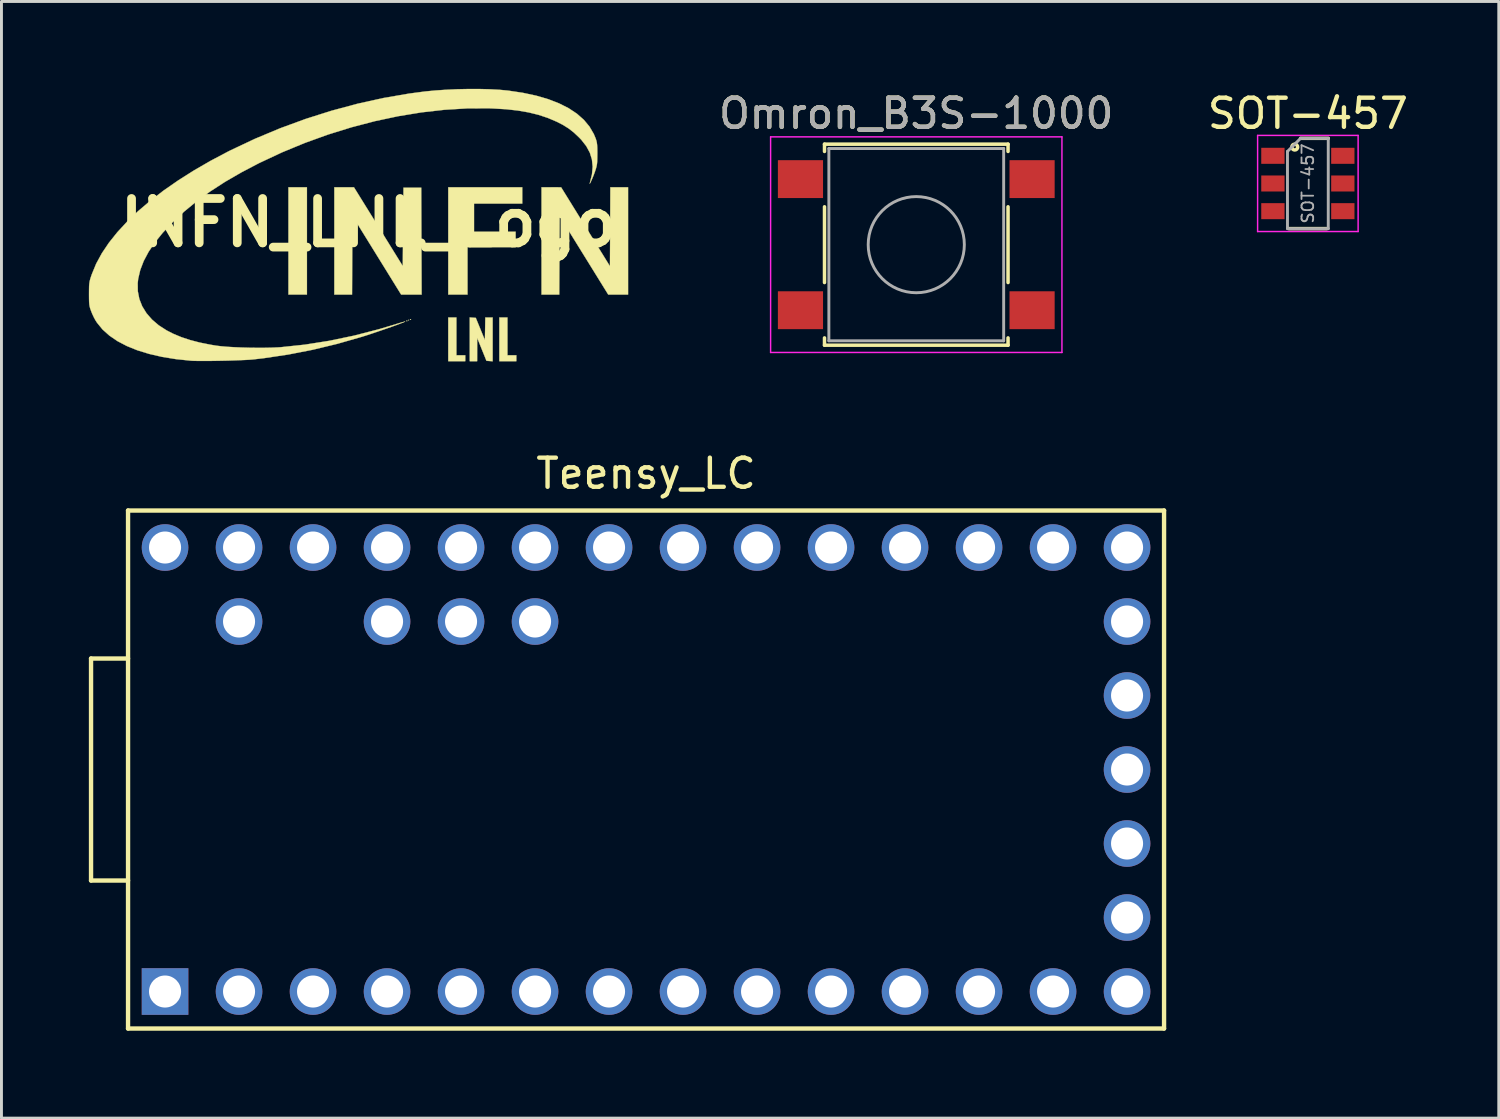
<source format=kicad_pcb>
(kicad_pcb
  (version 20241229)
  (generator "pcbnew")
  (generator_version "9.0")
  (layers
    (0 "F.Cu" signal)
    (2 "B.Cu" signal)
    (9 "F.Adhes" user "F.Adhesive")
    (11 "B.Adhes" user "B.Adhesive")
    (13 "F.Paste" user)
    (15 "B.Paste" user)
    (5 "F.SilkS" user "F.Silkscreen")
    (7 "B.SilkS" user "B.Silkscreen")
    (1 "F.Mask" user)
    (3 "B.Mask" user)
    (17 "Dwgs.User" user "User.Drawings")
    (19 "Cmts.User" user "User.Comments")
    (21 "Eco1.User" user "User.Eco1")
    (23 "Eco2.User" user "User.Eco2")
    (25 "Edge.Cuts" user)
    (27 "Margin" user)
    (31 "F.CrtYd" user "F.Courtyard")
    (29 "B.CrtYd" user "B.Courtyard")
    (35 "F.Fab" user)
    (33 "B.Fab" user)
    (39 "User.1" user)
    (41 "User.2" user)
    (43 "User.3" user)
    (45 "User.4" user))
  (footprint "INFN_LNL_Logo"
    (layer "F.Cu")
    (at 9.593 4.597)
    (property "Reference" "INFN_LNL_Logo" (at 0 0 0) (layer "F.SilkS") (effects (font (size 1.524 1.524) (thickness 0.3))))
    (attr through_hole)
    (fp_poly (pts (xy -2.108 2.464) (xy -2.743 2.464) (xy -2.743 -1.219) (xy -2.108 -1.219) (xy -2.108 2.464)) (stroke (width 0.01) (type solid)) (fill yes) (layer "F.SilkS"))
    (fp_poly (pts (xy 1.397 3.34) (xy 1.384 3.353) (xy 1.372 3.34) (xy 1.384 3.327) (xy 1.397 3.34)) (stroke (width 0.01) (type solid)) (fill yes) (layer "F.SilkS"))
    (fp_poly (pts (xy 1.338 3.361) (xy 1.334 3.376) (xy 1.321 3.378) (xy 1.3 3.369) (xy 1.304 3.361) (xy 1.334 3.358) (xy 1.338 3.361)) (stroke (width 0.01) (type solid)) (fill yes) (layer "F.SilkS"))
    (fp_poly (pts (xy 1.465 3.31) (xy 1.461 3.326) (xy 1.448 3.327) (xy 1.427 3.318) (xy 1.431 3.31) (xy 1.461 3.307) (xy 1.465 3.31)) (stroke (width 0.01) (type solid)) (fill yes) (layer "F.SilkS"))
    (fp_poly (pts (xy 3.023 4.547) (xy 3.327 4.547) (xy 3.327 4.75) (xy 2.743 4.75) (xy 2.743 3.251) (xy 3.023 3.251) (xy 3.023 4.547)) (stroke (width 0.01) (type solid)) (fill yes) (layer "F.SilkS"))
    (fp_poly (pts (xy 4.775 4.547) (xy 5.08 4.547) (xy 5.08 4.75) (xy 4.496 4.75) (xy 4.496 3.251) (xy 4.775 3.251) (xy 4.775 4.547)) (stroke (width 0.01) (type solid)) (fill yes) (layer "F.SilkS"))
    (fp_poly (pts (xy 5.283 -0.66) (xy 3.404 -0.66) (xy 3.404 0.305) (xy 5.055 0.305) (xy 5.055 0.838) (xy 3.404 0.838) (xy 3.404 2.464) (xy 2.743 2.464) (xy 2.743 -1.219) (xy 5.283 -1.219) (xy 5.283 -0.66)) (stroke (width 0.01) (type solid)) (fill yes) (layer "F.SilkS"))
    (fp_poly (pts (xy 0.344 0.132) (xy 1.181 1.484) (xy 1.194 0.139) (xy 1.206 -1.206) (xy 1.816 -1.206) (xy 1.829 2.464) (xy 1.126 2.464) (xy -0.546 -0.239) (xy -0.559 2.464) (xy -1.168 2.464) (xy -1.168 -1.219) (xy -0.494 -1.219) (xy 0.344 0.132)) (stroke (width 0.01) (type solid)) (fill yes) (layer "F.SilkS"))
    (fp_poly (pts (xy 8.915 2.464) (xy 8.234 2.464) (xy 7.4 1.117) (xy 6.566 -0.23) (xy 6.553 2.464) (xy 5.944 2.464) (xy 5.944 -1.219) (xy 6.617 -1.218) (xy 7.455 0.136) (xy 8.293 1.491) (xy 8.3 0.136) (xy 8.306 -1.219) (xy 8.915 -1.219) (xy 8.915 2.464)) (stroke (width 0.01) (type solid)) (fill yes) (layer "F.SilkS"))
    (fp_poly (pts (xy 3.584 3.256) (xy 3.688 3.264) (xy 4 4.026) (xy 4.008 3.639) (xy 4.015 3.251) (xy 4.267 3.251) (xy 4.267 4.753) (xy 4.16 4.745) (xy 4.054 4.737) (xy 3.895 4.343) (xy 3.736 3.95) (xy 3.734 4.75) (xy 3.48 4.75) (xy 3.48 3.248) (xy 3.584 3.256)) (stroke (width 0.01) (type solid)) (fill yes) (layer "F.SilkS"))
    (fp_poly (pts (xy 3.803 -4.592) (xy 4.161 -4.583) (xy 4.49 -4.566) (xy 4.78 -4.539) (xy 4.804 -4.536) (xy 5.304 -4.461) (xy 5.762 -4.363) (xy 6.177 -4.242) (xy 6.548 -4.098) (xy 6.876 -3.932) (xy 7.159 -3.744) (xy 7.397 -3.534) (xy 7.59 -3.302) (xy 7.738 -3.049) (xy 7.802 -2.896) (xy 7.826 -2.823) (xy 7.842 -2.753) (xy 7.852 -2.675) (xy 7.858 -2.576) (xy 7.86 -2.445) (xy 7.86 -2.362) (xy 7.858 -2.214) (xy 7.855 -2.102) (xy 7.847 -2.015) (xy 7.833 -1.938) (xy 7.811 -1.857) (xy 7.779 -1.759) (xy 7.777 -1.753) (xy 7.748 -1.673) (xy 7.714 -1.587) (xy 7.68 -1.505) (xy 7.647 -1.431) (xy 7.62 -1.375) (xy 7.602 -1.344) (xy 7.597 -1.345) (xy 7.607 -1.384) (xy 7.676 -1.665) (xy 7.699 -1.927) (xy 7.674 -2.173) (xy 7.602 -2.406) (xy 7.481 -2.63) (xy 7.311 -2.848) (xy 7.239 -2.923) (xy 7.055 -3.097) (xy 6.873 -3.239) (xy 6.676 -3.362) (xy 6.467 -3.469) (xy 6.164 -3.598) (xy 5.846 -3.704) (xy 5.506 -3.788) (xy 5.138 -3.852) (xy 4.736 -3.897) (xy 4.295 -3.923) (xy 4.14 -3.929) (xy 3.386 -3.926) (xy 2.613 -3.879) (xy 1.825 -3.79) (xy 1.026 -3.659) (xy 0.222 -3.488) (xy -0.583 -3.277) (xy -1.385 -3.028) (xy -2.18 -2.741) (xy -2.962 -2.418) (xy -3.727 -2.06) (xy -3.762 -2.043) (xy -4.362 -1.728) (xy -4.915 -1.408) (xy -5.423 -1.079) (xy -5.891 -0.739) (xy -6.32 -0.387) (xy -6.715 -0.02) (xy -6.745 0.01) (xy -7.061 0.347) (xy -7.327 0.676) (xy -7.544 0.998) (xy -7.711 1.312) (xy -7.829 1.62) (xy -7.9 1.922) (xy -7.916 2.07) (xy -7.913 2.348) (xy -7.861 2.614) (xy -7.762 2.866) (xy -7.616 3.102) (xy -7.427 3.32) (xy -7.194 3.519) (xy -6.919 3.696) (xy -6.697 3.809) (xy -6.416 3.926) (xy -6.116 4.025) (xy -5.787 4.111) (xy -5.422 4.184) (xy -5.218 4.218) (xy -5.051 4.238) (xy -4.844 4.256) (xy -4.606 4.27) (xy -4.346 4.281) (xy -4.076 4.288) (xy -3.804 4.291) (xy -3.54 4.29) (xy -3.295 4.285) (xy -3.078 4.275) (xy -3.005 4.27) (xy -2.182 4.183) (xy -1.343 4.051) (xy -0.494 3.874) (xy 0.362 3.653) (xy 0.85 3.508) (xy 0.985 3.466) (xy 1.102 3.431) (xy 1.192 3.406) (xy 1.249 3.391) (xy 1.264 3.389) (xy 1.245 3.401) (xy 1.185 3.426) (xy 1.089 3.463) (xy 0.964 3.51) (xy 0.817 3.563) (xy 0.654 3.62) (xy 0.481 3.68) (xy 0.306 3.74) (xy 0.134 3.798) (xy -0.028 3.852) (xy -0.174 3.898) (xy -0.218 3.912) (xy -1.071 4.156) (xy -1.909 4.358) (xy -2.744 4.521) (xy -3.585 4.647) (xy -3.937 4.688) (xy -4.049 4.698) (xy -4.202 4.707) (xy -4.387 4.715) (xy -4.595 4.723) (xy -4.819 4.73) (xy -5.049 4.735) (xy -5.277 4.739) (xy -5.496 4.742) (xy -5.696 4.742) (xy -5.868 4.741) (xy -6.005 4.738) (xy -6.083 4.734) (xy -6.601 4.68) (xy -7.082 4.602) (xy -7.524 4.5) (xy -7.928 4.376) (xy -8.291 4.229) (xy -8.612 4.061) (xy -8.89 3.871) (xy -9.125 3.66) (xy -9.314 3.428) (xy -9.368 3.344) (xy -9.421 3.246) (xy -9.477 3.127) (xy -9.52 3.018) (xy -9.547 2.943) (xy -9.565 2.876) (xy -9.577 2.807) (xy -9.584 2.723) (xy -9.587 2.613) (xy -9.588 2.467) (xy -9.588 2.438) (xy -9.587 2.288) (xy -9.585 2.175) (xy -9.578 2.087) (xy -9.566 2.011) (xy -9.547 1.934) (xy -9.518 1.843) (xy -9.491 1.765) (xy -9.344 1.408) (xy -9.148 1.047) (xy -8.904 0.684) (xy -8.614 0.321) (xy -8.279 -0.041) (xy -7.901 -0.402) (xy -7.481 -0.759) (xy -7.021 -1.112) (xy -6.522 -1.458) (xy -5.986 -1.797) (xy -5.414 -2.128) (xy -4.807 -2.449) (xy -4.724 -2.49) (xy -3.887 -2.885) (xy -3.028 -3.244) (xy -2.152 -3.565) (xy -1.265 -3.846) (xy -0.374 -4.086) (xy 0.517 -4.283) (xy 1.399 -4.435) (xy 1.943 -4.507) (xy 2.291 -4.541) (xy 2.661 -4.566) (xy 3.043 -4.584) (xy 3.427 -4.592) (xy 3.803 -4.592)) (stroke (width 0.01) (type solid)) (fill yes) (layer "F.SilkS")))
  (footprint "Teensy_LC"
    (layer "F.Cu")
    (at 19.125 23.363)
    (property "Reference" "Teensy_LC" (at 0 -10.16 0) (layer "F.SilkS") (effects (font (size 1 1) (thickness 0.15))))
    (attr through_hole)
    (fp_line (start -19.05 -3.81) (end -17.78 -3.81) (stroke (width 0.15) (type solid)) (layer "F.SilkS"))
    (fp_line (start -19.05 3.81) (end -19.05 -3.81) (stroke (width 0.15) (type solid)) (layer "F.SilkS"))
    (fp_line (start -17.78 -8.89) (end 17.78 -8.89) (stroke (width 0.15) (type solid)) (layer "F.SilkS"))
    (fp_line (start -17.78 3.81) (end -19.05 3.81) (stroke (width 0.15) (type solid)) (layer "F.SilkS"))
    (fp_line (start -17.78 8.89) (end -17.78 -8.89) (stroke (width 0.15) (type solid)) (layer "F.SilkS"))
    (fp_line (start 17.78 -8.89) (end 17.78 8.89) (stroke (width 0.15) (type solid)) (layer "F.SilkS"))
    (fp_line (start 17.78 8.89) (end -17.78 8.89) (stroke (width 0.15) (type solid)) (layer "F.SilkS"))
    (pad "1" thru_hole rect (at -16.51 7.62) (size 1.6 1.6) (drill 1.1) (layers "*.Cu" "*.Mask"))
    (pad "2" thru_hole circle (at -13.97 7.62) (size 1.6 1.6) (drill 1.1) (layers "*.Cu" "*.Mask"))
    (pad "3" thru_hole circle (at -11.43 7.62) (size 1.6 1.6) (drill 1.1) (layers "*.Cu" "*.Mask"))
    (pad "4" thru_hole circle (at -8.89 7.62) (size 1.6 1.6) (drill 1.1) (layers "*.Cu" "*.Mask"))
    (pad "5" thru_hole circle (at -6.35 7.62) (size 1.6 1.6) (drill 1.1) (layers "*.Cu" "*.Mask"))
    (pad "6" thru_hole circle (at -3.81 7.62) (size 1.6 1.6) (drill 1.1) (layers "*.Cu" "*.Mask"))
    (pad "7" thru_hole circle (at -1.27 7.62) (size 1.6 1.6) (drill 1.1) (layers "*.Cu" "*.Mask"))
    (pad "8" thru_hole circle (at 1.27 7.62) (size 1.6 1.6) (drill 1.1) (layers "*.Cu" "*.Mask"))
    (pad "9" thru_hole circle (at 3.81 7.62) (size 1.6 1.6) (drill 1.1) (layers "*.Cu" "*.Mask"))
    (pad "10" thru_hole circle (at 6.35 7.62) (size 1.6 1.6) (drill 1.1) (layers "*.Cu" "*.Mask"))
    (pad "11" thru_hole circle (at 8.89 7.62) (size 1.6 1.6) (drill 1.1) (layers "*.Cu" "*.Mask"))
    (pad "12" thru_hole circle (at 11.43 7.62) (size 1.6 1.6) (drill 1.1) (layers "*.Cu" "*.Mask"))
    (pad "13" thru_hole circle (at 13.97 7.62) (size 1.6 1.6) (drill 1.1) (layers "*.Cu" "*.Mask"))
    (pad "14" thru_hole circle (at 16.51 7.62) (size 1.6 1.6) (drill 1.1) (layers "*.Cu" "*.Mask"))
    (pad "15" thru_hole circle (at 16.51 5.08) (size 1.6 1.6) (drill 1.1) (layers "*.Cu" "*.Mask"))
    (pad "16" thru_hole circle (at 16.51 2.54) (size 1.6 1.6) (drill 1.1) (layers "*.Cu" "*.Mask"))
    (pad "17" thru_hole circle (at 16.51 0) (size 1.6 1.6) (drill 1.1) (layers "*.Cu" "*.Mask"))
    (pad "18" thru_hole circle (at 16.51 -2.54) (size 1.6 1.6) (drill 1.1) (layers "*.Cu" "*.Mask"))
    (pad "19" thru_hole circle (at 16.51 -5.08) (size 1.6 1.6) (drill 1.1) (layers "*.Cu" "*.Mask"))
    (pad "20" thru_hole circle (at 16.51 -7.62) (size 1.6 1.6) (drill 1.1) (layers "*.Cu" "*.Mask"))
    (pad "21" thru_hole circle (at 13.97 -7.62) (size 1.6 1.6) (drill 1.1) (layers "*.Cu" "*.Mask"))
    (pad "22" thru_hole circle (at 11.43 -7.62) (size 1.6 1.6) (drill 1.1) (layers "*.Cu" "*.Mask"))
    (pad "23" thru_hole circle (at 8.89 -7.62) (size 1.6 1.6) (drill 1.1) (layers "*.Cu" "*.Mask"))
    (pad "24" thru_hole circle (at 6.35 -7.62) (size 1.6 1.6) (drill 1.1) (layers "*.Cu" "*.Mask"))
    (pad "25" thru_hole circle (at 3.81 -7.62) (size 1.6 1.6) (drill 1.1) (layers "*.Cu" "*.Mask"))
    (pad "26" thru_hole circle (at 1.27 -7.62) (size 1.6 1.6) (drill 1.1) (layers "*.Cu" "*.Mask"))
    (pad "27" thru_hole circle (at -1.27 -7.62) (size 1.6 1.6) (drill 1.1) (layers "*.Cu" "*.Mask"))
    (pad "28" thru_hole circle (at -3.81 -7.62) (size 1.6 1.6) (drill 1.1) (layers "*.Cu" "*.Mask"))
    (pad "29" thru_hole circle (at -6.35 -7.62) (size 1.6 1.6) (drill 1.1) (layers "*.Cu" "*.Mask"))
    (pad "30" thru_hole circle (at -8.89 -7.62) (size 1.6 1.6) (drill 1.1) (layers "*.Cu" "*.Mask"))
    (pad "31" thru_hole circle (at -11.43 -7.62) (size 1.6 1.6) (drill 1.1) (layers "*.Cu" "*.Mask"))
    (pad "32" thru_hole circle (at -13.97 -7.62) (size 1.6 1.6) (drill 1.1) (layers "*.Cu" "*.Mask"))
    (pad "33" thru_hole circle (at -16.51 -7.62) (size 1.6 1.6) (drill 1.1) (layers "*.Cu" "*.Mask"))
    (pad "34" thru_hole circle (at -13.97 -5.08) (size 1.6 1.6) (drill 1.1) (layers "*.Cu" "*.Mask"))
    (pad "35" thru_hole circle (at -8.89 -5.08) (size 1.6 1.6) (drill 1.1) (layers "*.Cu" "*.Mask"))
    (pad "36" thru_hole circle (at -6.35 -5.08) (size 1.6 1.6) (drill 1.1) (layers "*.Cu" "*.Mask"))
    (pad "37" thru_hole circle (at -3.81 -5.08) (size 1.6 1.6) (drill 1.1) (layers "*.Cu" "*.Mask")))
  (footprint "SOT-457"
    (layer "F.Cu")
    (at 41.841 3.248)
    (property "Reference" "SOT-457" (at 0 -2.4 0) (layer "F.SilkS") (effects (font (size 1 1) (thickness 0.15))))
    (attr smd)
    (fp_line (start -0.25 -1.55) (end 0.7 -1.55) (stroke (width 0.12) (type solid)) (layer "F.SilkS"))
    (fp_line (start 0.65 1.55) (end -0.65 1.55) (stroke (width 0.12) (type solid)) (layer "F.SilkS"))
    (fp_circle (center -0.45 -1.25) (end -0.35 -1.25) (stroke (width 0.12) (type solid)) (fill no) (layer "F.SilkS"))
    (fp_line (start -1.725 -1.65) (end -1.725 1.65) (stroke (width 0.05) (type solid)) (layer "F.CrtYd"))
    (fp_line (start -1.725 -1.65) (end 1.725 -1.65) (stroke (width 0.05) (type solid)) (layer "F.CrtYd"))
    (fp_line (start 1.725 1.65) (end -1.725 1.65) (stroke (width 0.05) (type solid)) (layer "F.CrtYd"))
    (fp_line (start 1.725 1.65) (end 1.725 -1.65) (stroke (width 0.05) (type solid)) (layer "F.CrtYd"))
    (fp_line (start -0.7 -1.1) (end -0.7 1.55) (stroke (width 0.1) (type solid)) (layer "F.Fab"))
    (fp_line (start -0.7 -1.1) (end -0.25 -1.55) (stroke (width 0.1) (type solid)) (layer "F.Fab"))
    (fp_line (start -0.7 1.55) (end 0.7 1.55) (stroke (width 0.1) (type solid)) (layer "F.Fab"))
    (fp_line (start 0.7 -1.55) (end -0.25 -1.55) (stroke (width 0.1) (type solid)) (layer "F.Fab"))
    (fp_line (start 0.7 1.55) (end 0.7 -1.55) (stroke (width 0.1) (type solid)) (layer "F.Fab"))
    (fp_text user "${REFERENCE}" (at 0 0 90) (layer "F.Fab") (effects (font (size 0.4 0.4) (thickness 0.062))))
    (pad "1" smd rect (at -1.2 -0.95) (size 0.8 0.55) (layers "F.Cu" "F.Mask" "F.Paste"))
    (pad "2" smd rect (at -1.2 0) (size 0.8 0.55) (layers "F.Cu" "F.Mask" "F.Paste"))
    (pad "3" smd rect (at -1.2 0.95) (size 0.8 0.55) (layers "F.Cu" "F.Mask" "F.Paste"))
    (pad "4" smd rect (at 1.2 0.95) (size 0.8 0.55) (layers "F.Cu" "F.Mask" "F.Paste"))
    (pad "5" smd rect (at 1.2 0) (size 0.8 0.55) (layers "F.Cu" "F.Mask" "F.Paste"))
    (pad "6" smd rect (at 1.2 -0.95) (size 0.8 0.55) (layers "F.Cu" "F.Mask" "F.Paste")))
  (footprint "Omron_B3S-1000"
    (layer "F.Cu")
    (at 28.4 5.348)
    (property "Reference" "Omron_B3S-1000" (at 0 -4.5 0) (layer "F.SilkS") (effects (font (size 1 1) (thickness 0.15))))
    (attr smd)
    (fp_line (start -3.15 -3.45) (end 3.15 -3.45) (stroke (width 0.12) (type solid)) (layer "F.SilkS"))
    (fp_line (start -3.15 -3.2) (end -3.15 -3.45) (stroke (width 0.12) (type solid)) (layer "F.SilkS"))
    (fp_line (start -3.15 1.3) (end -3.15 -1.3) (stroke (width 0.12) (type solid)) (layer "F.SilkS"))
    (fp_line (start -3.15 3.45) (end -3.15 3.2) (stroke (width 0.12) (type solid)) (layer "F.SilkS"))
    (fp_line (start 3.15 -3.45) (end 3.15 -3.2) (stroke (width 0.12) (type solid)) (layer "F.SilkS"))
    (fp_line (start 3.15 -1.3) (end 3.15 1.3) (stroke (width 0.12) (type solid)) (layer "F.SilkS"))
    (fp_line (start 3.15 3.2) (end 3.15 3.45) (stroke (width 0.12) (type solid)) (layer "F.SilkS"))
    (fp_line (start 3.15 3.45) (end -3.15 3.45) (stroke (width 0.12) (type solid)) (layer "F.SilkS"))
    (fp_line (start -5 -3.7) (end -5 3.7) (stroke (width 0.05) (type solid)) (layer "F.CrtYd"))
    (fp_line (start -5 3.7) (end 5 3.7) (stroke (width 0.05) (type solid)) (layer "F.CrtYd"))
    (fp_line (start 5 -3.7) (end -5 -3.7) (stroke (width 0.05) (type solid)) (layer "F.CrtYd"))
    (fp_line (start 5 3.7) (end 5 -3.7) (stroke (width 0.05) (type solid)) (layer "F.CrtYd"))
    (fp_line (start -3 -3.3) (end 3 -3.3) (stroke (width 0.1) (type solid)) (layer "F.Fab"))
    (fp_line (start -3 3.3) (end -3 -3.3) (stroke (width 0.1) (type solid)) (layer "F.Fab"))
    (fp_line (start 3 -3.3) (end 3 3.3) (stroke (width 0.1) (type solid)) (layer "F.Fab"))
    (fp_line (start 3 3.3) (end -3 3.3) (stroke (width 0.1) (type solid)) (layer "F.Fab"))
    (fp_circle (center 0 0) (end 1.65 0) (stroke (width 0.1) (type solid)) (fill no) (layer "F.Fab"))
    (fp_text user "${REFERENCE}" (at 0 -4.5 0) (layer "F.Fab") (effects (font (size 1 1) (thickness 0.15))))
    (pad "1" smd rect (at -3.975 -2.25) (size 1.55 1.3) (layers "F.Cu" "F.Mask" "F.Paste"))
    (pad "1" smd rect (at 3.975 -2.25) (size 1.55 1.3) (layers "F.Cu" "F.Mask" "F.Paste"))
    (pad "2" smd rect (at -3.975 2.25) (size 1.55 1.3) (layers "F.Cu" "F.Mask" "F.Paste"))
    (pad "2" smd rect (at 3.975 2.25) (size 1.55 1.3) (layers "F.Cu" "F.Mask" "F.Paste")))
  (gr_rect
    (start -3 -3)
    (end 48.394 35.328)
    (stroke (width 0.1) (type default))
    (fill no)
    (layer "Edge.Cuts")))
</source>
